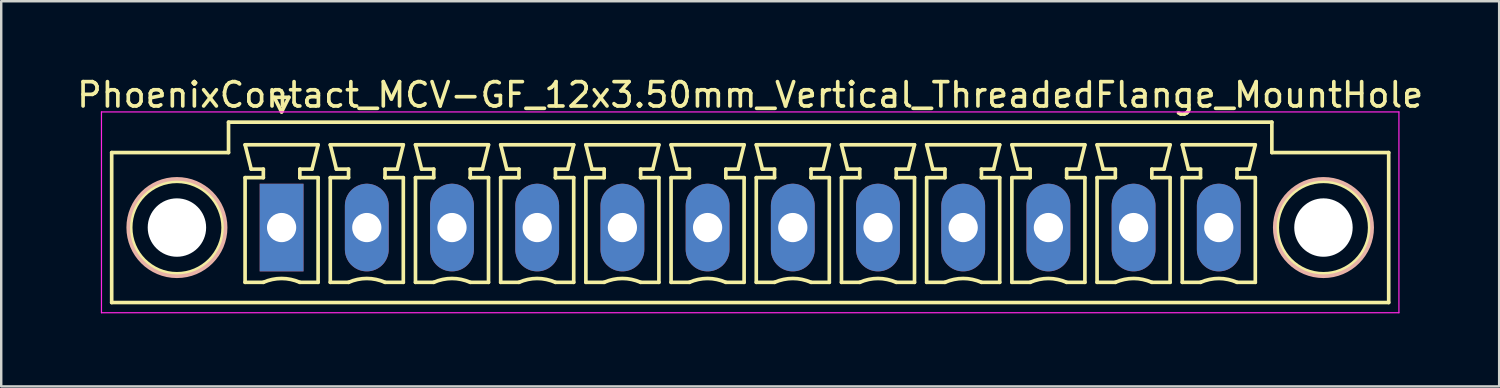
<source format=kicad_pcb>
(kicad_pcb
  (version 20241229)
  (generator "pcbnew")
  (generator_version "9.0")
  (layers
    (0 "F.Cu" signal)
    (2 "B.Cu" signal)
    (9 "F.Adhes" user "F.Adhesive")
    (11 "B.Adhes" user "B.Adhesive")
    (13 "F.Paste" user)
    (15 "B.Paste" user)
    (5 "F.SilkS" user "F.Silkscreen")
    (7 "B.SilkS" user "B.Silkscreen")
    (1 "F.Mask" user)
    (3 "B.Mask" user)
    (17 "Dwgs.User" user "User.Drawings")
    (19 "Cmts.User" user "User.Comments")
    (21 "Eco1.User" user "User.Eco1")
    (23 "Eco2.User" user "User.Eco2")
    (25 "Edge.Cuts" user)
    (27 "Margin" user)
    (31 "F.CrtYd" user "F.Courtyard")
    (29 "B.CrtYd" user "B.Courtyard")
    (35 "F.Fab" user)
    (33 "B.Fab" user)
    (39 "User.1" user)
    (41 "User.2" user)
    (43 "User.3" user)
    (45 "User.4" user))
  (footprint "PhoenixContact_MCV-GF_12x3.50mm_Vertical_ThreadedFlange_MountHole"
    (layer "F.Cu")
    (at 8.518 6.298)
    (property "Reference" "PhoenixContact_MCV-GF_12x3.50mm_Vertical_ThreadedFlange_MountHole" (at 19.25 -5.45 0) (layer "F.SilkS") (effects (font (size 1 1) (thickness 0.15))))
    (attr through_hole)
    (fp_line (start -6.98 -3.08) (end -6.98 3.08) (stroke (width 0.15) (type solid)) (layer "F.SilkS"))
    (fp_line (start -6.98 3.08) (end 45.48 3.08) (stroke (width 0.15) (type solid)) (layer "F.SilkS"))
    (fp_line (start -2.18 -4.33) (end -2.18 -3.08) (stroke (width 0.15) (type solid)) (layer "F.SilkS"))
    (fp_line (start -2.18 -3.08) (end -6.98 -3.08) (stroke (width 0.15) (type solid)) (layer "F.SilkS"))
    (fp_line (start -1.5 -3.4) (end 1.5 -3.4) (stroke (width 0.15) (type solid)) (layer "F.SilkS"))
    (fp_line (start -1.5 -2.05) (end -0.75 -2.05) (stroke (width 0.15) (type solid)) (layer "F.SilkS"))
    (fp_line (start -1.5 2.25) (end -1.5 -2.05) (stroke (width 0.15) (type solid)) (layer "F.SilkS"))
    (fp_line (start -1.25 -2.4) (end -1.5 -3.4) (stroke (width 0.15) (type solid)) (layer "F.SilkS"))
    (fp_line (start -0.75 -2.4) (end -1.25 -2.4) (stroke (width 0.15) (type solid)) (layer "F.SilkS"))
    (fp_line (start -0.75 -2.05) (end -0.75 -2.4) (stroke (width 0.15) (type solid)) (layer "F.SilkS"))
    (fp_line (start -0.75 2.25) (end -1.5 2.25) (stroke (width 0.15) (type solid)) (layer "F.SilkS"))
    (fp_line (start -0.3 -5.35) (end 0 -4.75) (stroke (width 0.15) (type solid)) (layer "F.SilkS"))
    (fp_line (start 0 -4.75) (end 0.3 -5.35) (stroke (width 0.15) (type solid)) (layer "F.SilkS"))
    (fp_line (start 0.3 -5.35) (end -0.3 -5.35) (stroke (width 0.15) (type solid)) (layer "F.SilkS"))
    (fp_line (start 0.75 -2.4) (end 0.75 -2.05) (stroke (width 0.15) (type solid)) (layer "F.SilkS"))
    (fp_line (start 0.75 -2.05) (end 0.75 -2.05) (stroke (width 0.15) (type solid)) (layer "F.SilkS"))
    (fp_line (start 0.75 -2.05) (end 1.5 -2.05) (stroke (width 0.15) (type solid)) (layer "F.SilkS"))
    (fp_line (start 1.25 -2.4) (end 0.75 -2.4) (stroke (width 0.15) (type solid)) (layer "F.SilkS"))
    (fp_line (start 1.5 -3.4) (end 1.25 -2.4) (stroke (width 0.15) (type solid)) (layer "F.SilkS"))
    (fp_line (start 1.5 -2.05) (end 1.5 2.25) (stroke (width 0.15) (type solid)) (layer "F.SilkS"))
    (fp_line (start 1.5 2.25) (end 0.75 2.25) (stroke (width 0.15) (type solid)) (layer "F.SilkS"))
    (fp_line (start 2 -3.4) (end 5 -3.4) (stroke (width 0.15) (type solid)) (layer "F.SilkS"))
    (fp_line (start 2 -2.05) (end 2.75 -2.05) (stroke (width 0.15) (type solid)) (layer "F.SilkS"))
    (fp_line (start 2 2.25) (end 2 -2.05) (stroke (width 0.15) (type solid)) (layer "F.SilkS"))
    (fp_line (start 2.25 -2.4) (end 2 -3.4) (stroke (width 0.15) (type solid)) (layer "F.SilkS"))
    (fp_line (start 2.75 -2.4) (end 2.25 -2.4) (stroke (width 0.15) (type solid)) (layer "F.SilkS"))
    (fp_line (start 2.75 -2.05) (end 2.75 -2.4) (stroke (width 0.15) (type solid)) (layer "F.SilkS"))
    (fp_line (start 2.75 2.25) (end 2 2.25) (stroke (width 0.15) (type solid)) (layer "F.SilkS"))
    (fp_line (start 4.25 -2.4) (end 4.25 -2.05) (stroke (width 0.15) (type solid)) (layer "F.SilkS"))
    (fp_line (start 4.25 -2.05) (end 4.25 -2.05) (stroke (width 0.15) (type solid)) (layer "F.SilkS"))
    (fp_line (start 4.25 -2.05) (end 5 -2.05) (stroke (width 0.15) (type solid)) (layer "F.SilkS"))
    (fp_line (start 4.75 -2.4) (end 4.25 -2.4) (stroke (width 0.15) (type solid)) (layer "F.SilkS"))
    (fp_line (start 5 -3.4) (end 4.75 -2.4) (stroke (width 0.15) (type solid)) (layer "F.SilkS"))
    (fp_line (start 5 -2.05) (end 5 2.25) (stroke (width 0.15) (type solid)) (layer "F.SilkS"))
    (fp_line (start 5 2.25) (end 4.25 2.25) (stroke (width 0.15) (type solid)) (layer "F.SilkS"))
    (fp_line (start 5.5 -3.4) (end 8.5 -3.4) (stroke (width 0.15) (type solid)) (layer "F.SilkS"))
    (fp_line (start 5.5 -2.05) (end 6.25 -2.05) (stroke (width 0.15) (type solid)) (layer "F.SilkS"))
    (fp_line (start 5.5 2.25) (end 5.5 -2.05) (stroke (width 0.15) (type solid)) (layer "F.SilkS"))
    (fp_line (start 5.75 -2.4) (end 5.5 -3.4) (stroke (width 0.15) (type solid)) (layer "F.SilkS"))
    (fp_line (start 6.25 -2.4) (end 5.75 -2.4) (stroke (width 0.15) (type solid)) (layer "F.SilkS"))
    (fp_line (start 6.25 -2.05) (end 6.25 -2.4) (stroke (width 0.15) (type solid)) (layer "F.SilkS"))
    (fp_line (start 6.25 2.25) (end 5.5 2.25) (stroke (width 0.15) (type solid)) (layer "F.SilkS"))
    (fp_line (start 7.75 -2.4) (end 7.75 -2.05) (stroke (width 0.15) (type solid)) (layer "F.SilkS"))
    (fp_line (start 7.75 -2.05) (end 7.75 -2.05) (stroke (width 0.15) (type solid)) (layer "F.SilkS"))
    (fp_line (start 7.75 -2.05) (end 8.5 -2.05) (stroke (width 0.15) (type solid)) (layer "F.SilkS"))
    (fp_line (start 8.25 -2.4) (end 7.75 -2.4) (stroke (width 0.15) (type solid)) (layer "F.SilkS"))
    (fp_line (start 8.5 -3.4) (end 8.25 -2.4) (stroke (width 0.15) (type solid)) (layer "F.SilkS"))
    (fp_line (start 8.5 -2.05) (end 8.5 2.25) (stroke (width 0.15) (type solid)) (layer "F.SilkS"))
    (fp_line (start 8.5 2.25) (end 7.75 2.25) (stroke (width 0.15) (type solid)) (layer "F.SilkS"))
    (fp_line (start 9 -3.4) (end 12 -3.4) (stroke (width 0.15) (type solid)) (layer "F.SilkS"))
    (fp_line (start 9 -2.05) (end 9.75 -2.05) (stroke (width 0.15) (type solid)) (layer "F.SilkS"))
    (fp_line (start 9 2.25) (end 9 -2.05) (stroke (width 0.15) (type solid)) (layer "F.SilkS"))
    (fp_line (start 9.25 -2.4) (end 9 -3.4) (stroke (width 0.15) (type solid)) (layer "F.SilkS"))
    (fp_line (start 9.75 -2.4) (end 9.25 -2.4) (stroke (width 0.15) (type solid)) (layer "F.SilkS"))
    (fp_line (start 9.75 -2.05) (end 9.75 -2.4) (stroke (width 0.15) (type solid)) (layer "F.SilkS"))
    (fp_line (start 9.75 2.25) (end 9 2.25) (stroke (width 0.15) (type solid)) (layer "F.SilkS"))
    (fp_line (start 11.25 -2.4) (end 11.25 -2.05) (stroke (width 0.15) (type solid)) (layer "F.SilkS"))
    (fp_line (start 11.25 -2.05) (end 11.25 -2.05) (stroke (width 0.15) (type solid)) (layer "F.SilkS"))
    (fp_line (start 11.25 -2.05) (end 12 -2.05) (stroke (width 0.15) (type solid)) (layer "F.SilkS"))
    (fp_line (start 11.75 -2.4) (end 11.25 -2.4) (stroke (width 0.15) (type solid)) (layer "F.SilkS"))
    (fp_line (start 12 -3.4) (end 11.75 -2.4) (stroke (width 0.15) (type solid)) (layer "F.SilkS"))
    (fp_line (start 12 -2.05) (end 12 2.25) (stroke (width 0.15) (type solid)) (layer "F.SilkS"))
    (fp_line (start 12 2.25) (end 11.25 2.25) (stroke (width 0.15) (type solid)) (layer "F.SilkS"))
    (fp_line (start 12.5 -3.4) (end 15.5 -3.4) (stroke (width 0.15) (type solid)) (layer "F.SilkS"))
    (fp_line (start 12.5 -2.05) (end 13.25 -2.05) (stroke (width 0.15) (type solid)) (layer "F.SilkS"))
    (fp_line (start 12.5 2.25) (end 12.5 -2.05) (stroke (width 0.15) (type solid)) (layer "F.SilkS"))
    (fp_line (start 12.75 -2.4) (end 12.5 -3.4) (stroke (width 0.15) (type solid)) (layer "F.SilkS"))
    (fp_line (start 13.25 -2.4) (end 12.75 -2.4) (stroke (width 0.15) (type solid)) (layer "F.SilkS"))
    (fp_line (start 13.25 -2.05) (end 13.25 -2.4) (stroke (width 0.15) (type solid)) (layer "F.SilkS"))
    (fp_line (start 13.25 2.25) (end 12.5 2.25) (stroke (width 0.15) (type solid)) (layer "F.SilkS"))
    (fp_line (start 14.75 -2.4) (end 14.75 -2.05) (stroke (width 0.15) (type solid)) (layer "F.SilkS"))
    (fp_line (start 14.75 -2.05) (end 14.75 -2.05) (stroke (width 0.15) (type solid)) (layer "F.SilkS"))
    (fp_line (start 14.75 -2.05) (end 15.5 -2.05) (stroke (width 0.15) (type solid)) (layer "F.SilkS"))
    (fp_line (start 15.25 -2.4) (end 14.75 -2.4) (stroke (width 0.15) (type solid)) (layer "F.SilkS"))
    (fp_line (start 15.5 -3.4) (end 15.25 -2.4) (stroke (width 0.15) (type solid)) (layer "F.SilkS"))
    (fp_line (start 15.5 -2.05) (end 15.5 2.25) (stroke (width 0.15) (type solid)) (layer "F.SilkS"))
    (fp_line (start 15.5 2.25) (end 14.75 2.25) (stroke (width 0.15) (type solid)) (layer "F.SilkS"))
    (fp_line (start 16 -3.4) (end 19 -3.4) (stroke (width 0.15) (type solid)) (layer "F.SilkS"))
    (fp_line (start 16 -2.05) (end 16.75 -2.05) (stroke (width 0.15) (type solid)) (layer "F.SilkS"))
    (fp_line (start 16 2.25) (end 16 -2.05) (stroke (width 0.15) (type solid)) (layer "F.SilkS"))
    (fp_line (start 16.25 -2.4) (end 16 -3.4) (stroke (width 0.15) (type solid)) (layer "F.SilkS"))
    (fp_line (start 16.75 -2.4) (end 16.25 -2.4) (stroke (width 0.15) (type solid)) (layer "F.SilkS"))
    (fp_line (start 16.75 -2.05) (end 16.75 -2.4) (stroke (width 0.15) (type solid)) (layer "F.SilkS"))
    (fp_line (start 16.75 2.25) (end 16 2.25) (stroke (width 0.15) (type solid)) (layer "F.SilkS"))
    (fp_line (start 18.25 -2.4) (end 18.25 -2.05) (stroke (width 0.15) (type solid)) (layer "F.SilkS"))
    (fp_line (start 18.25 -2.05) (end 18.25 -2.05) (stroke (width 0.15) (type solid)) (layer "F.SilkS"))
    (fp_line (start 18.25 -2.05) (end 19 -2.05) (stroke (width 0.15) (type solid)) (layer "F.SilkS"))
    (fp_line (start 18.75 -2.4) (end 18.25 -2.4) (stroke (width 0.15) (type solid)) (layer "F.SilkS"))
    (fp_line (start 19 -3.4) (end 18.75 -2.4) (stroke (width 0.15) (type solid)) (layer "F.SilkS"))
    (fp_line (start 19 -2.05) (end 19 2.25) (stroke (width 0.15) (type solid)) (layer "F.SilkS"))
    (fp_line (start 19 2.25) (end 18.25 2.25) (stroke (width 0.15) (type solid)) (layer "F.SilkS"))
    (fp_line (start 19.5 -3.4) (end 22.5 -3.4) (stroke (width 0.15) (type solid)) (layer "F.SilkS"))
    (fp_line (start 19.5 -2.05) (end 20.25 -2.05) (stroke (width 0.15) (type solid)) (layer "F.SilkS"))
    (fp_line (start 19.5 2.25) (end 19.5 -2.05) (stroke (width 0.15) (type solid)) (layer "F.SilkS"))
    (fp_line (start 19.75 -2.4) (end 19.5 -3.4) (stroke (width 0.15) (type solid)) (layer "F.SilkS"))
    (fp_line (start 20.25 -2.4) (end 19.75 -2.4) (stroke (width 0.15) (type solid)) (layer "F.SilkS"))
    (fp_line (start 20.25 -2.05) (end 20.25 -2.4) (stroke (width 0.15) (type solid)) (layer "F.SilkS"))
    (fp_line (start 20.25 2.25) (end 19.5 2.25) (stroke (width 0.15) (type solid)) (layer "F.SilkS"))
    (fp_line (start 21.75 -2.4) (end 21.75 -2.05) (stroke (width 0.15) (type solid)) (layer "F.SilkS"))
    (fp_line (start 21.75 -2.05) (end 21.75 -2.05) (stroke (width 0.15) (type solid)) (layer "F.SilkS"))
    (fp_line (start 21.75 -2.05) (end 22.5 -2.05) (stroke (width 0.15) (type solid)) (layer "F.SilkS"))
    (fp_line (start 22.25 -2.4) (end 21.75 -2.4) (stroke (width 0.15) (type solid)) (layer "F.SilkS"))
    (fp_line (start 22.5 -3.4) (end 22.25 -2.4) (stroke (width 0.15) (type solid)) (layer "F.SilkS"))
    (fp_line (start 22.5 -2.05) (end 22.5 2.25) (stroke (width 0.15) (type solid)) (layer "F.SilkS"))
    (fp_line (start 22.5 2.25) (end 21.75 2.25) (stroke (width 0.15) (type solid)) (layer "F.SilkS"))
    (fp_line (start 23 -3.4) (end 26 -3.4) (stroke (width 0.15) (type solid)) (layer "F.SilkS"))
    (fp_line (start 23 -2.05) (end 23.75 -2.05) (stroke (width 0.15) (type solid)) (layer "F.SilkS"))
    (fp_line (start 23 2.25) (end 23 -2.05) (stroke (width 0.15) (type solid)) (layer "F.SilkS"))
    (fp_line (start 23.25 -2.4) (end 23 -3.4) (stroke (width 0.15) (type solid)) (layer "F.SilkS"))
    (fp_line (start 23.75 -2.4) (end 23.25 -2.4) (stroke (width 0.15) (type solid)) (layer "F.SilkS"))
    (fp_line (start 23.75 -2.05) (end 23.75 -2.4) (stroke (width 0.15) (type solid)) (layer "F.SilkS"))
    (fp_line (start 23.75 2.25) (end 23 2.25) (stroke (width 0.15) (type solid)) (layer "F.SilkS"))
    (fp_line (start 25.25 -2.4) (end 25.25 -2.05) (stroke (width 0.15) (type solid)) (layer "F.SilkS"))
    (fp_line (start 25.25 -2.05) (end 25.25 -2.05) (stroke (width 0.15) (type solid)) (layer "F.SilkS"))
    (fp_line (start 25.25 -2.05) (end 26 -2.05) (stroke (width 0.15) (type solid)) (layer "F.SilkS"))
    (fp_line (start 25.75 -2.4) (end 25.25 -2.4) (stroke (width 0.15) (type solid)) (layer "F.SilkS"))
    (fp_line (start 26 -3.4) (end 25.75 -2.4) (stroke (width 0.15) (type solid)) (layer "F.SilkS"))
    (fp_line (start 26 -2.05) (end 26 2.25) (stroke (width 0.15) (type solid)) (layer "F.SilkS"))
    (fp_line (start 26 2.25) (end 25.25 2.25) (stroke (width 0.15) (type solid)) (layer "F.SilkS"))
    (fp_line (start 26.5 -3.4) (end 29.5 -3.4) (stroke (width 0.15) (type solid)) (layer "F.SilkS"))
    (fp_line (start 26.5 -2.05) (end 27.25 -2.05) (stroke (width 0.15) (type solid)) (layer "F.SilkS"))
    (fp_line (start 26.5 2.25) (end 26.5 -2.05) (stroke (width 0.15) (type solid)) (layer "F.SilkS"))
    (fp_line (start 26.75 -2.4) (end 26.5 -3.4) (stroke (width 0.15) (type solid)) (layer "F.SilkS"))
    (fp_line (start 27.25 -2.4) (end 26.75 -2.4) (stroke (width 0.15) (type solid)) (layer "F.SilkS"))
    (fp_line (start 27.25 -2.05) (end 27.25 -2.4) (stroke (width 0.15) (type solid)) (layer "F.SilkS"))
    (fp_line (start 27.25 2.25) (end 26.5 2.25) (stroke (width 0.15) (type solid)) (layer "F.SilkS"))
    (fp_line (start 28.75 -2.4) (end 28.75 -2.05) (stroke (width 0.15) (type solid)) (layer "F.SilkS"))
    (fp_line (start 28.75 -2.05) (end 28.75 -2.05) (stroke (width 0.15) (type solid)) (layer "F.SilkS"))
    (fp_line (start 28.75 -2.05) (end 29.5 -2.05) (stroke (width 0.15) (type solid)) (layer "F.SilkS"))
    (fp_line (start 29.25 -2.4) (end 28.75 -2.4) (stroke (width 0.15) (type solid)) (layer "F.SilkS"))
    (fp_line (start 29.5 -3.4) (end 29.25 -2.4) (stroke (width 0.15) (type solid)) (layer "F.SilkS"))
    (fp_line (start 29.5 -2.05) (end 29.5 2.25) (stroke (width 0.15) (type solid)) (layer "F.SilkS"))
    (fp_line (start 29.5 2.25) (end 28.75 2.25) (stroke (width 0.15) (type solid)) (layer "F.SilkS"))
    (fp_line (start 30 -3.4) (end 33 -3.4) (stroke (width 0.15) (type solid)) (layer "F.SilkS"))
    (fp_line (start 30 -2.05) (end 30.75 -2.05) (stroke (width 0.15) (type solid)) (layer "F.SilkS"))
    (fp_line (start 30 2.25) (end 30 -2.05) (stroke (width 0.15) (type solid)) (layer "F.SilkS"))
    (fp_line (start 30.25 -2.4) (end 30 -3.4) (stroke (width 0.15) (type solid)) (layer "F.SilkS"))
    (fp_line (start 30.75 -2.4) (end 30.25 -2.4) (stroke (width 0.15) (type solid)) (layer "F.SilkS"))
    (fp_line (start 30.75 -2.05) (end 30.75 -2.4) (stroke (width 0.15) (type solid)) (layer "F.SilkS"))
    (fp_line (start 30.75 2.25) (end 30 2.25) (stroke (width 0.15) (type solid)) (layer "F.SilkS"))
    (fp_line (start 32.25 -2.4) (end 32.25 -2.05) (stroke (width 0.15) (type solid)) (layer "F.SilkS"))
    (fp_line (start 32.25 -2.05) (end 32.25 -2.05) (stroke (width 0.15) (type solid)) (layer "F.SilkS"))
    (fp_line (start 32.25 -2.05) (end 33 -2.05) (stroke (width 0.15) (type solid)) (layer "F.SilkS"))
    (fp_line (start 32.75 -2.4) (end 32.25 -2.4) (stroke (width 0.15) (type solid)) (layer "F.SilkS"))
    (fp_line (start 33 -3.4) (end 32.75 -2.4) (stroke (width 0.15) (type solid)) (layer "F.SilkS"))
    (fp_line (start 33 -2.05) (end 33 2.25) (stroke (width 0.15) (type solid)) (layer "F.SilkS"))
    (fp_line (start 33 2.25) (end 32.25 2.25) (stroke (width 0.15) (type solid)) (layer "F.SilkS"))
    (fp_line (start 33.5 -3.4) (end 36.5 -3.4) (stroke (width 0.15) (type solid)) (layer "F.SilkS"))
    (fp_line (start 33.5 -2.05) (end 34.25 -2.05) (stroke (width 0.15) (type solid)) (layer "F.SilkS"))
    (fp_line (start 33.5 2.25) (end 33.5 -2.05) (stroke (width 0.15) (type solid)) (layer "F.SilkS"))
    (fp_line (start 33.75 -2.4) (end 33.5 -3.4) (stroke (width 0.15) (type solid)) (layer "F.SilkS"))
    (fp_line (start 34.25 -2.4) (end 33.75 -2.4) (stroke (width 0.15) (type solid)) (layer "F.SilkS"))
    (fp_line (start 34.25 -2.05) (end 34.25 -2.4) (stroke (width 0.15) (type solid)) (layer "F.SilkS"))
    (fp_line (start 34.25 2.25) (end 33.5 2.25) (stroke (width 0.15) (type solid)) (layer "F.SilkS"))
    (fp_line (start 35.75 -2.4) (end 35.75 -2.05) (stroke (width 0.15) (type solid)) (layer "F.SilkS"))
    (fp_line (start 35.75 -2.05) (end 35.75 -2.05) (stroke (width 0.15) (type solid)) (layer "F.SilkS"))
    (fp_line (start 35.75 -2.05) (end 36.5 -2.05) (stroke (width 0.15) (type solid)) (layer "F.SilkS"))
    (fp_line (start 36.25 -2.4) (end 35.75 -2.4) (stroke (width 0.15) (type solid)) (layer "F.SilkS"))
    (fp_line (start 36.5 -3.4) (end 36.25 -2.4) (stroke (width 0.15) (type solid)) (layer "F.SilkS"))
    (fp_line (start 36.5 -2.05) (end 36.5 2.25) (stroke (width 0.15) (type solid)) (layer "F.SilkS"))
    (fp_line (start 36.5 2.25) (end 35.75 2.25) (stroke (width 0.15) (type solid)) (layer "F.SilkS"))
    (fp_line (start 37 -3.4) (end 40 -3.4) (stroke (width 0.15) (type solid)) (layer "F.SilkS"))
    (fp_line (start 37 -2.05) (end 37.75 -2.05) (stroke (width 0.15) (type solid)) (layer "F.SilkS"))
    (fp_line (start 37 2.25) (end 37 -2.05) (stroke (width 0.15) (type solid)) (layer "F.SilkS"))
    (fp_line (start 37.25 -2.4) (end 37 -3.4) (stroke (width 0.15) (type solid)) (layer "F.SilkS"))
    (fp_line (start 37.75 -2.4) (end 37.25 -2.4) (stroke (width 0.15) (type solid)) (layer "F.SilkS"))
    (fp_line (start 37.75 -2.05) (end 37.75 -2.4) (stroke (width 0.15) (type solid)) (layer "F.SilkS"))
    (fp_line (start 37.75 2.25) (end 37 2.25) (stroke (width 0.15) (type solid)) (layer "F.SilkS"))
    (fp_line (start 39.25 -2.4) (end 39.25 -2.05) (stroke (width 0.15) (type solid)) (layer "F.SilkS"))
    (fp_line (start 39.25 -2.05) (end 39.25 -2.05) (stroke (width 0.15) (type solid)) (layer "F.SilkS"))
    (fp_line (start 39.25 -2.05) (end 40 -2.05) (stroke (width 0.15) (type solid)) (layer "F.SilkS"))
    (fp_line (start 39.75 -2.4) (end 39.25 -2.4) (stroke (width 0.15) (type solid)) (layer "F.SilkS"))
    (fp_line (start 40 -3.4) (end 39.75 -2.4) (stroke (width 0.15) (type solid)) (layer "F.SilkS"))
    (fp_line (start 40 -2.05) (end 40 2.25) (stroke (width 0.15) (type solid)) (layer "F.SilkS"))
    (fp_line (start 40 2.25) (end 39.25 2.25) (stroke (width 0.15) (type solid)) (layer "F.SilkS"))
    (fp_line (start 40.68 -4.33) (end -2.18 -4.33) (stroke (width 0.15) (type solid)) (layer "F.SilkS"))
    (fp_line (start 40.68 -3.08) (end 40.68 -4.33) (stroke (width 0.15) (type solid)) (layer "F.SilkS"))
    (fp_line (start 45.48 -3.08) (end 40.68 -3.08) (stroke (width 0.15) (type solid)) (layer "F.SilkS"))
    (fp_line (start 45.48 3.08) (end 45.48 -3.08) (stroke (width 0.15) (type solid)) (layer "F.SilkS"))
    (fp_arc (start -0.75 2.25) (mid -0.000193 2.09191) (end 0.749647 2.249844) (stroke (width 0.15) (type solid)) (layer "F.SilkS"))
    (fp_arc (start 2.75 2.25) (mid 3.499807 2.09191) (end 4.249647 2.249844) (stroke (width 0.15) (type solid)) (layer "F.SilkS"))
    (fp_arc (start 6.25 2.25) (mid 6.999807 2.09191) (end 7.749647 2.249844) (stroke (width 0.15) (type solid)) (layer "F.SilkS"))
    (fp_arc (start 9.75 2.25) (mid 10.499807 2.09191) (end 11.249647 2.249844) (stroke (width 0.15) (type solid)) (layer "F.SilkS"))
    (fp_arc (start 13.25 2.25) (mid 13.999807 2.09191) (end 14.749647 2.249844) (stroke (width 0.15) (type solid)) (layer "F.SilkS"))
    (fp_arc (start 16.75 2.25) (mid 17.499807 2.09191) (end 18.249647 2.249844) (stroke (width 0.15) (type solid)) (layer "F.SilkS"))
    (fp_arc (start 20.25 2.25) (mid 20.999807 2.09191) (end 21.749647 2.249844) (stroke (width 0.15) (type solid)) (layer "F.SilkS"))
    (fp_arc (start 23.75 2.25) (mid 24.499807 2.09191) (end 25.249647 2.249844) (stroke (width 0.15) (type solid)) (layer "F.SilkS"))
    (fp_arc (start 27.25 2.25) (mid 27.999807 2.09191) (end 28.749647 2.249844) (stroke (width 0.15) (type solid)) (layer "F.SilkS"))
    (fp_arc (start 30.75 2.25) (mid 31.499807 2.09191) (end 32.249647 2.249844) (stroke (width 0.15) (type solid)) (layer "F.SilkS"))
    (fp_arc (start 34.25 2.25) (mid 34.999807 2.09191) (end 35.749647 2.249844) (stroke (width 0.15) (type solid)) (layer "F.SilkS"))
    (fp_arc (start 37.75 2.25) (mid 38.499807 2.09191) (end 39.249647 2.249844) (stroke (width 0.15) (type solid)) (layer "F.SilkS"))
    (fp_circle (center -4.3 0) (end -2.4 0) (stroke (width 0.15) (type solid)) (fill no) (layer "F.SilkS"))
    (fp_circle (center 42.8 0) (end 44.7 0) (stroke (width 0.15) (type solid)) (fill no) (layer "F.SilkS"))
    (fp_circle (center -4.3 0) (end -2.3 0) (stroke (width 0.15) (type solid)) (fill no) (layer "B.SilkS"))
    (fp_circle (center 42.8 0) (end 44.8 0) (stroke (width 0.15) (type solid)) (fill no) (layer "B.SilkS"))
    (fp_line (start -7.4 -4.75) (end -7.4 3.5) (stroke (width 0.05) (type solid)) (layer "F.CrtYd"))
    (fp_line (start -7.4 3.5) (end 45.9 3.5) (stroke (width 0.05) (type solid)) (layer "F.CrtYd"))
    (fp_line (start 45.9 -4.75) (end -7.4 -4.75) (stroke (width 0.05) (type solid)) (layer "F.CrtYd"))
    (fp_line (start 45.9 3.5) (end 45.9 -4.75) (stroke (width 0.05) (type solid)) (layer "F.CrtYd"))
    (pad "" np_thru_hole circle (at -4.3 0) (size 2.4 2.4) (drill 2.4) (layers "*.Cu" "*.Mask"))
    (pad "" np_thru_hole circle (at 42.8 0) (size 2.4 2.4) (drill 2.4) (layers "*.Cu" "*.Mask"))
    (pad "1" thru_hole rect (at 0 0) (size 1.8 3.6) (drill 1.2) (layers "*.Cu" "*.Mask"))
    (pad "2" thru_hole oval (at 3.5 0) (size 1.8 3.6) (drill 1.2) (layers "*.Cu" "*.Mask"))
    (pad "3" thru_hole oval (at 7 0) (size 1.8 3.6) (drill 1.2) (layers "*.Cu" "*.Mask"))
    (pad "4" thru_hole oval (at 10.5 0) (size 1.8 3.6) (drill 1.2) (layers "*.Cu" "*.Mask"))
    (pad "5" thru_hole oval (at 14 0) (size 1.8 3.6) (drill 1.2) (layers "*.Cu" "*.Mask"))
    (pad "6" thru_hole oval (at 17.5 0) (size 1.8 3.6) (drill 1.2) (layers "*.Cu" "*.Mask"))
    (pad "7" thru_hole oval (at 21 0) (size 1.8 3.6) (drill 1.2) (layers "*.Cu" "*.Mask"))
    (pad "8" thru_hole oval (at 24.5 0) (size 1.8 3.6) (drill 1.2) (layers "*.Cu" "*.Mask"))
    (pad "9" thru_hole oval (at 28 0) (size 1.8 3.6) (drill 1.2) (layers "*.Cu" "*.Mask"))
    (pad "10" thru_hole oval (at 31.5 0) (size 1.8 3.6) (drill 1.2) (layers "*.Cu" "*.Mask"))
    (pad "11" thru_hole oval (at 35 0) (size 1.8 3.6) (drill 1.2) (layers "*.Cu" "*.Mask"))
    (pad "12" thru_hole oval (at 38.5 0) (size 1.8 3.6) (drill 1.2) (layers "*.Cu" "*.Mask")))
  (gr_rect
    (start -3 -3)
    (end 58.536 12.823)
    (stroke (width 0.1) (type default))
    (fill no)
    (layer "Edge.Cuts")))
</source>
